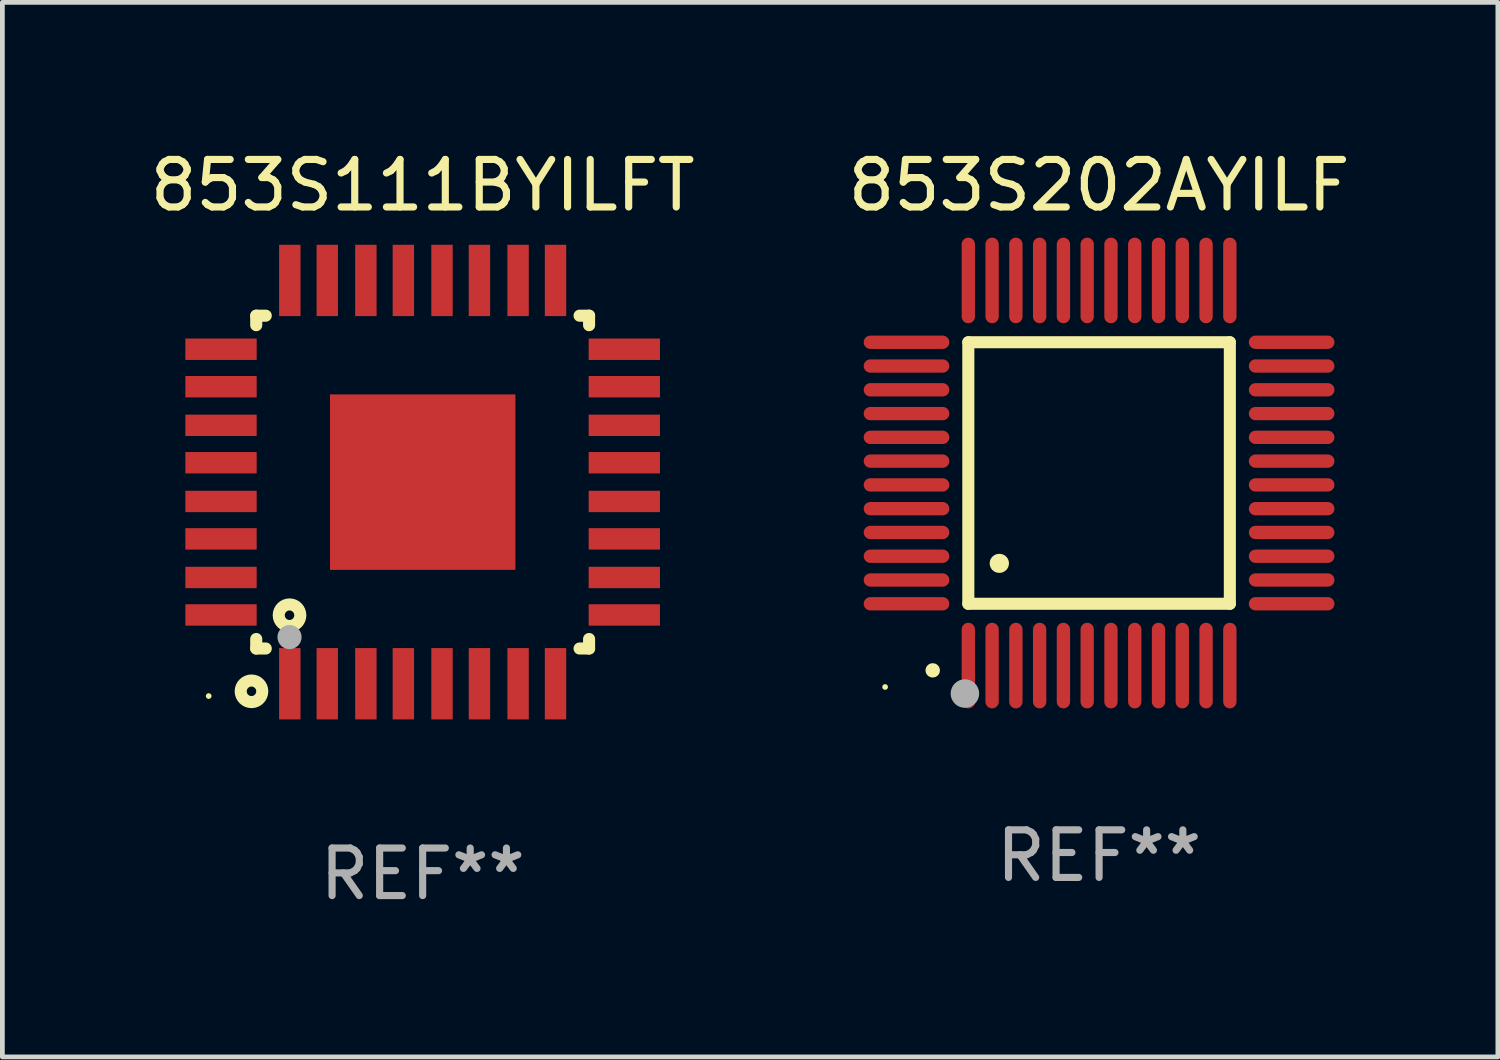
<source format=kicad_pcb>
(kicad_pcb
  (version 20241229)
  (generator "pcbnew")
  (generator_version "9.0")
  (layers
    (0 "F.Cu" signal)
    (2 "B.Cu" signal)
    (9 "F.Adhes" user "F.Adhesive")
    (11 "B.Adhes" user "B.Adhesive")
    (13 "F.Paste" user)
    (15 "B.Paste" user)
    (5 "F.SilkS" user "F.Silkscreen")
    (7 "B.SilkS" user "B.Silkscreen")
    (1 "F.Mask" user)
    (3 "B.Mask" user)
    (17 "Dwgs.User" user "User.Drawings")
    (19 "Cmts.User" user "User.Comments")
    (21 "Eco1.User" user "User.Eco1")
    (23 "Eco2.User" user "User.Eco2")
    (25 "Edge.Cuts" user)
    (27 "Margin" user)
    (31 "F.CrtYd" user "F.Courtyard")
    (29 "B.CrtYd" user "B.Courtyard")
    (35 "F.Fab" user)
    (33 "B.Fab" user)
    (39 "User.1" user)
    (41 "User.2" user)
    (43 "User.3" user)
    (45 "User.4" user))
  (footprint "853S111BYILFT"
    (layer "F.Cu")
    (at 5.839 7.089)
    (property "Reference" "853S111BYILFT" (at 0 -6.241 0) (layer "F.SilkS") (effects (font (size 1 1) (thickness 0.15))))
    (attr through_hole)
    (fp_line (start -3.5 -3.5) (end -3.5 -3.3) (stroke (width 0.254) (type solid)) (layer "F.SilkS"))
    (fp_line (start -3.5 -3.5) (end -3.3 -3.5) (stroke (width 0.254) (type solid)) (layer "F.SilkS"))
    (fp_line (start -3.5 3.3) (end -3.5 3.5) (stroke (width 0.254) (type solid)) (layer "F.SilkS"))
    (fp_line (start -3.5 3.5) (end -3.3 3.5) (stroke (width 0.254) (type solid)) (layer "F.SilkS"))
    (fp_line (start 3.3 -3.5) (end 3.5 -3.5) (stroke (width 0.254) (type solid)) (layer "F.SilkS"))
    (fp_line (start 3.3 3.5) (end 3.5 3.5) (stroke (width 0.254) (type solid)) (layer "F.SilkS"))
    (fp_line (start 3.5 -3.3) (end 3.5 -3.5) (stroke (width 0.254) (type solid)) (layer "F.SilkS"))
    (fp_line (start 3.5 3.5) (end 3.5 3.3) (stroke (width 0.254) (type solid)) (layer "F.SilkS"))
    (fp_circle (center -4.5 4.5) (end -4.47 4.5) (stroke (width 0.06) (type solid)) (fill no) (layer "F.SilkS"))
    (fp_circle (center -3.6 4.4) (end -3.5 4.4) (stroke (width 0.254) (type solid)) (fill no) (layer "F.SilkS"))
    (fp_circle (center -2.8 2.8) (end -2.7 2.8) (stroke (width 0.254) (type solid)) (fill no) (layer "F.SilkS"))
    (fp_circle (center -2.8 3.26) (end -2.673 3.26) (stroke (width 0.254) (type solid)) (fill no) (layer "F.Fab"))
    (fp_text user "REF**" (at 0 8.241 0) (layer "F.Fab") (effects (font (size 1 1) (thickness 0.15))))
    (pad "1" smd rect (at -2.794 4.241 90) (size 1.5 0.45) (layers "F.Cu" "F.Mask" "F.Paste"))
    (pad "2" smd rect (at -2.006 4.241 90) (size 1.5 0.45) (layers "F.Cu" "F.Mask" "F.Paste"))
    (pad "3" smd rect (at -1.194 4.241 90) (size 1.5 0.45) (layers "F.Cu" "F.Mask" "F.Paste"))
    (pad "4" smd rect (at -0.406 4.241 90) (size 1.5 0.45) (layers "F.Cu" "F.Mask" "F.Paste"))
    (pad "5" smd rect (at 0.407 4.241 90) (size 1.5 0.45) (layers "F.Cu" "F.Mask" "F.Paste"))
    (pad "6" smd rect (at 1.194 4.241 90) (size 1.5 0.45) (layers "F.Cu" "F.Mask" "F.Paste"))
    (pad "7" smd rect (at 2.007 4.241 90) (size 1.5 0.45) (layers "F.Cu" "F.Mask" "F.Paste"))
    (pad "8" smd rect (at 2.794 4.241 90) (size 1.5 0.45) (layers "F.Cu" "F.Mask" "F.Paste"))
    (pad "9" smd rect (at 4.241 2.794 180) (size 1.5 0.45) (layers "F.Cu" "F.Mask" "F.Paste"))
    (pad "10" smd rect (at 4.241 2.006 180) (size 1.5 0.45) (layers "F.Cu" "F.Mask" "F.Paste"))
    (pad "11" smd rect (at 4.241 1.194 180) (size 1.5 0.45) (layers "F.Cu" "F.Mask" "F.Paste"))
    (pad "12" smd rect (at 4.241 0.407 180) (size 1.5 0.45) (layers "F.Cu" "F.Mask" "F.Paste"))
    (pad "13" smd rect (at 4.241 -0.407 180) (size 1.5 0.45) (layers "F.Cu" "F.Mask" "F.Paste"))
    (pad "14" smd rect (at 4.241 -1.194 180) (size 1.5 0.45) (layers "F.Cu" "F.Mask" "F.Paste"))
    (pad "15" smd rect (at 4.241 -2.006 180) (size 1.5 0.45) (layers "F.Cu" "F.Mask" "F.Paste"))
    (pad "16" smd rect (at 4.241 -2.794 180) (size 1.5 0.45) (layers "F.Cu" "F.Mask" "F.Paste"))
    (pad "17" smd rect (at 2.794 -4.241 270) (size 1.5 0.45) (layers "F.Cu" "F.Mask" "F.Paste"))
    (pad "18" smd rect (at 2.007 -4.241 270) (size 1.5 0.45) (layers "F.Cu" "F.Mask" "F.Paste"))
    (pad "19" smd rect (at 1.194 -4.241 270) (size 1.5 0.45) (layers "F.Cu" "F.Mask" "F.Paste"))
    (pad "20" smd rect (at 0.407 -4.241 270) (size 1.5 0.45) (layers "F.Cu" "F.Mask" "F.Paste"))
    (pad "21" smd rect (at -0.406 -4.241 270) (size 1.5 0.45) (layers "F.Cu" "F.Mask" "F.Paste"))
    (pad "22" smd rect (at -1.194 -4.241 270) (size 1.5 0.45) (layers "F.Cu" "F.Mask" "F.Paste"))
    (pad "23" smd rect (at -2.006 -4.241 270) (size 1.5 0.45) (layers "F.Cu" "F.Mask" "F.Paste"))
    (pad "24" smd rect (at -2.794 -4.241 270) (size 1.5 0.45) (layers "F.Cu" "F.Mask" "F.Paste"))
    (pad "25" smd rect (at -4.241 -2.794) (size 1.5 0.45) (layers "F.Cu" "F.Mask" "F.Paste"))
    (pad "26" smd rect (at -4.241 -2.006) (size 1.5 0.45) (layers "F.Cu" "F.Mask" "F.Paste"))
    (pad "27" smd rect (at -4.241 -1.194) (size 1.5 0.45) (layers "F.Cu" "F.Mask" "F.Paste"))
    (pad "28" smd rect (at -4.241 -0.407) (size 1.5 0.45) (layers "F.Cu" "F.Mask" "F.Paste"))
    (pad "29" smd rect (at -4.241 0.407) (size 1.5 0.45) (layers "F.Cu" "F.Mask" "F.Paste"))
    (pad "30" smd rect (at -4.241 1.194) (size 1.5 0.45) (layers "F.Cu" "F.Mask" "F.Paste"))
    (pad "31" smd rect (at -4.241 2.006) (size 1.5 0.45) (layers "F.Cu" "F.Mask" "F.Paste"))
    (pad "32" smd rect (at -4.241 2.794) (size 1.5 0.45) (layers "F.Cu" "F.Mask" "F.Paste"))
    (pad "33" smd rect (at 0.001 0.001) (size 3.9 3.69) (layers "F.Cu" "F.Mask" "F.Paste")))
  (footprint "853S202AYILF"
    (layer "F.Cu")
    (at 20.065 6.898)
    (property "Reference" "853S202AYILF" (at 0 -6.05 0) (layer "F.SilkS") (effects (font (size 1 1) (thickness 0.15))))
    (attr through_hole)
    (fp_line (start -2.75 -2.75) (end 2.75 -2.75) (stroke (width 0.254) (type solid)) (layer "F.SilkS"))
    (fp_line (start -2.75 2.75) (end -2.75 -2.75) (stroke (width 0.254) (type solid)) (layer "F.SilkS"))
    (fp_line (start 2.75 -2.75) (end 2.75 2.75) (stroke (width 0.254) (type solid)) (layer "F.SilkS"))
    (fp_line (start 2.75 2.75) (end -2.75 2.75) (stroke (width 0.254) (type solid)) (layer "F.SilkS"))
    (fp_arc (start -3.500127 4.150368) (mid -3.498857 4.150363) (end -3.497587 4.150368) (stroke (width 0.3) (type solid)) (layer "F.SilkS"))
    (fp_arc (start -2.100584 1.899924) (mid -2.098044 1.899908) (end -2.095504 1.899924) (stroke (width 0.4) (type solid)) (layer "F.SilkS"))
    (fp_circle (center -4.5 4.5) (end -4.47 4.5) (stroke (width 0.06) (type solid)) (fill no) (layer "F.SilkS"))
    (fp_circle (center -2.822 4.638) (end -2.672 4.638) (stroke (width 0.3) (type solid)) (fill no) (layer "F.Fab"))
    (fp_text user "REF**" (at 0 8.05 0) (layer "F.Fab") (effects (font (size 1 1) (thickness 0.15))))
    (pad "1" smd oval (at -2.75 4.05) (size 0.28 1.8) (layers "F.Cu" "F.Mask" "F.Paste"))
    (pad "2" smd oval (at -2.25 4.05) (size 0.28 1.8) (layers "F.Cu" "F.Mask" "F.Paste"))
    (pad "3" smd oval (at -1.75 4.05) (size 0.28 1.8) (layers "F.Cu" "F.Mask" "F.Paste"))
    (pad "4" smd oval (at -1.25 4.05) (size 0.28 1.8) (layers "F.Cu" "F.Mask" "F.Paste"))
    (pad "5" smd oval (at -0.75 4.05) (size 0.28 1.8) (layers "F.Cu" "F.Mask" "F.Paste"))
    (pad "6" smd oval (at -0.25 4.05) (size 0.28 1.8) (layers "F.Cu" "F.Mask" "F.Paste"))
    (pad "7" smd oval (at 0.25 4.05) (size 0.28 1.8) (layers "F.Cu" "F.Mask" "F.Paste"))
    (pad "8" smd oval (at 0.75 4.05) (size 0.28 1.8) (layers "F.Cu" "F.Mask" "F.Paste"))
    (pad "9" smd oval (at 1.25 4.05) (size 0.28 1.8) (layers "F.Cu" "F.Mask" "F.Paste"))
    (pad "10" smd oval (at 1.75 4.05) (size 0.28 1.8) (layers "F.Cu" "F.Mask" "F.Paste"))
    (pad "11" smd oval (at 2.25 4.05) (size 0.28 1.8) (layers "F.Cu" "F.Mask" "F.Paste"))
    (pad "12" smd oval (at 2.75 4.05) (size 0.28 1.8) (layers "F.Cu" "F.Mask" "F.Paste"))
    (pad "13" smd oval (at 4.05 2.75) (size 1.8 0.28) (layers "F.Cu" "F.Mask" "F.Paste"))
    (pad "14" smd oval (at 4.05 2.25) (size 1.8 0.28) (layers "F.Cu" "F.Mask" "F.Paste"))
    (pad "15" smd oval (at 4.05 1.75) (size 1.8 0.28) (layers "F.Cu" "F.Mask" "F.Paste"))
    (pad "16" smd oval (at 4.05 1.25) (size 1.8 0.28) (layers "F.Cu" "F.Mask" "F.Paste"))
    (pad "17" smd oval (at 4.05 0.75) (size 1.8 0.28) (layers "F.Cu" "F.Mask" "F.Paste"))
    (pad "18" smd oval (at 4.05 0.25) (size 1.8 0.28) (layers "F.Cu" "F.Mask" "F.Paste"))
    (pad "19" smd oval (at 4.05 -0.25) (size 1.8 0.28) (layers "F.Cu" "F.Mask" "F.Paste"))
    (pad "20" smd oval (at 4.05 -0.75) (size 1.8 0.28) (layers "F.Cu" "F.Mask" "F.Paste"))
    (pad "21" smd oval (at 4.05 -1.25) (size 1.8 0.28) (layers "F.Cu" "F.Mask" "F.Paste"))
    (pad "22" smd oval (at 4.05 -1.75) (size 1.8 0.28) (layers "F.Cu" "F.Mask" "F.Paste"))
    (pad "23" smd oval (at 4.05 -2.25) (size 1.8 0.28) (layers "F.Cu" "F.Mask" "F.Paste"))
    (pad "24" smd oval (at 4.05 -2.75) (size 1.8 0.28) (layers "F.Cu" "F.Mask" "F.Paste"))
    (pad "25" smd oval (at 2.75 -4.05) (size 0.28 1.8) (layers "F.Cu" "F.Mask" "F.Paste"))
    (pad "26" smd oval (at 2.25 -4.05) (size 0.28 1.8) (layers "F.Cu" "F.Mask" "F.Paste"))
    (pad "27" smd oval (at 1.75 -4.05) (size 0.28 1.8) (layers "F.Cu" "F.Mask" "F.Paste"))
    (pad "28" smd oval (at 1.25 -4.05) (size 0.28 1.8) (layers "F.Cu" "F.Mask" "F.Paste"))
    (pad "29" smd oval (at 0.75 -4.05) (size 0.28 1.8) (layers "F.Cu" "F.Mask" "F.Paste"))
    (pad "30" smd oval (at 0.25 -4.05) (size 0.28 1.8) (layers "F.Cu" "F.Mask" "F.Paste"))
    (pad "31" smd oval (at -0.25 -4.05) (size 0.28 1.8) (layers "F.Cu" "F.Mask" "F.Paste"))
    (pad "32" smd oval (at -0.75 -4.05) (size 0.28 1.8) (layers "F.Cu" "F.Mask" "F.Paste"))
    (pad "33" smd oval (at -1.25 -4.05) (size 0.28 1.8) (layers "F.Cu" "F.Mask" "F.Paste"))
    (pad "34" smd oval (at -1.75 -4.05) (size 0.28 1.8) (layers "F.Cu" "F.Mask" "F.Paste"))
    (pad "35" smd oval (at -2.25 -4.05) (size 0.28 1.8) (layers "F.Cu" "F.Mask" "F.Paste"))
    (pad "36" smd oval (at -2.75 -4.05) (size 0.28 1.8) (layers "F.Cu" "F.Mask" "F.Paste"))
    (pad "37" smd oval (at -4.05 -2.75) (size 1.8 0.28) (layers "F.Cu" "F.Mask" "F.Paste"))
    (pad "38" smd oval (at -4.05 -2.25) (size 1.8 0.28) (layers "F.Cu" "F.Mask" "F.Paste"))
    (pad "39" smd oval (at -4.05 -1.75) (size 1.8 0.28) (layers "F.Cu" "F.Mask" "F.Paste"))
    (pad "40" smd oval (at -4.05 -1.25) (size 1.8 0.28) (layers "F.Cu" "F.Mask" "F.Paste"))
    (pad "41" smd oval (at -4.05 -0.75) (size 1.8 0.28) (layers "F.Cu" "F.Mask" "F.Paste"))
    (pad "42" smd oval (at -4.05 -0.25) (size 1.8 0.28) (layers "F.Cu" "F.Mask" "F.Paste"))
    (pad "43" smd oval (at -4.05 0.25) (size 1.8 0.28) (layers "F.Cu" "F.Mask" "F.Paste"))
    (pad "44" smd oval (at -4.05 0.75) (size 1.8 0.28) (layers "F.Cu" "F.Mask" "F.Paste"))
    (pad "45" smd oval (at -4.05 1.25) (size 1.8 0.28) (layers "F.Cu" "F.Mask" "F.Paste"))
    (pad "46" smd oval (at -4.05 1.75) (size 1.8 0.28) (layers "F.Cu" "F.Mask" "F.Paste"))
    (pad "47" smd oval (at -4.05 2.25) (size 1.8 0.28) (layers "F.Cu" "F.Mask" "F.Paste"))
    (pad "48" smd oval (at -4.05 2.75) (size 1.8 0.28) (layers "F.Cu" "F.Mask" "F.Paste")))
  (gr_rect
    (start -3 -3)
    (end 28.452 19.178)
    (stroke (width 0.1) (type default))
    (fill no)
    (layer "Edge.Cuts")))
</source>
